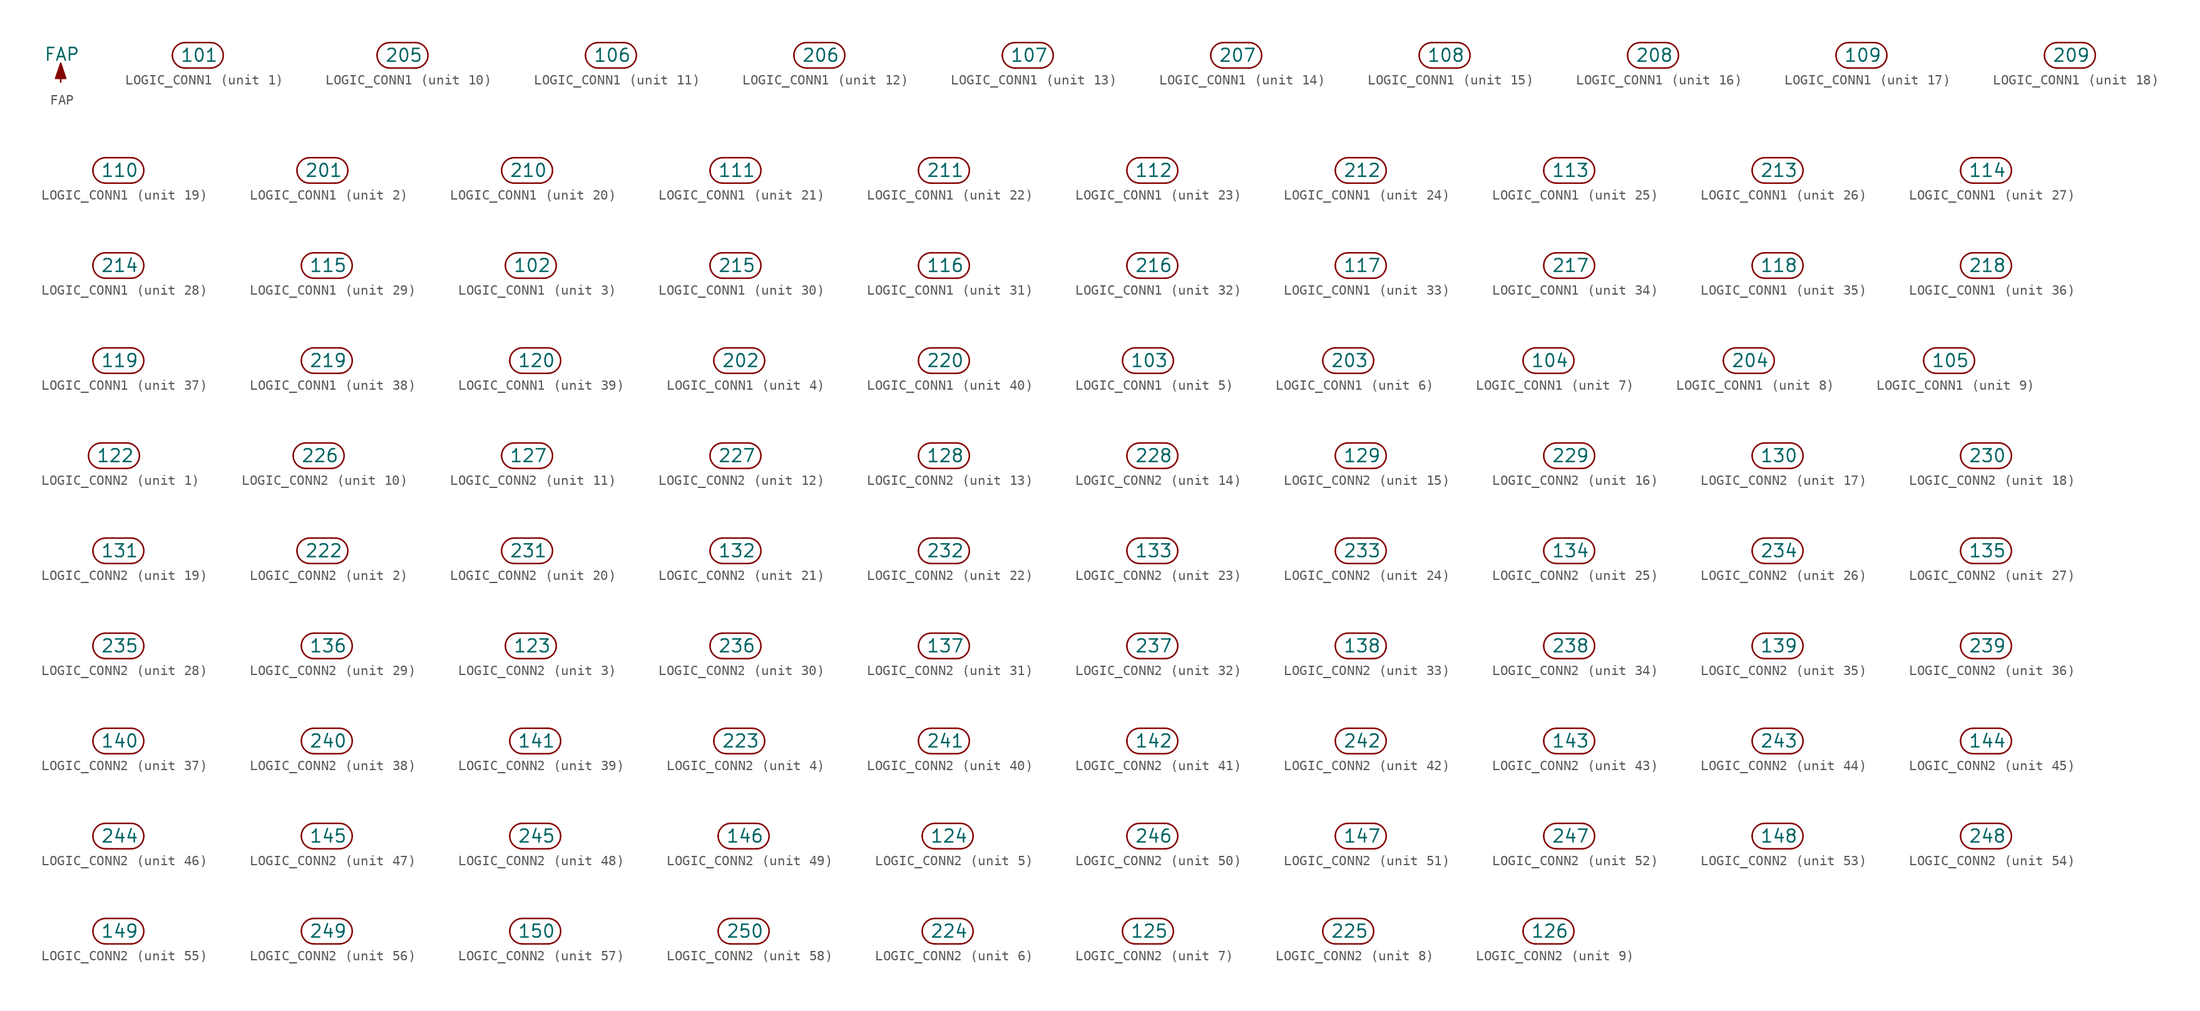
<source format=kicad_sym>
(kicad_symbol_lib
  (version 20211014)
  (generator kicad_symbol_editor)
  (symbol "FAP"
    (power)
    (pin_names
      (offset 0))
    (property "Reference" "#PWR"
      (at 0 -3.81 0)
      (effects (font (size 1.27 1.27)) hide))
    (property "Value" "FAP"
      (at 0.127 2.794 0)
      (effects (font (size 1.27 1.27))))
    (property "Footprint" ""
      (at 0 0 0)
      (effects (font (size 1.524 1.524))))
    (property "Datasheet" ""
      (at 0 0 0)
      (effects (font (size 1.524 1.524))))
    (symbol "FAP_0_1"
      (polyline (pts (xy 0 0) (xy 0 0.381)) (stroke (width 0) (type default) (color 0 0 0 0)) (fill (type none)))
      (polyline (pts (xy -0.508 0.381) (xy 0 1.905) (xy 0.508 0.381) (xy -0.381 0.381)) (stroke (width 0) (type default) (color 0 0 0 0)) (fill (type outline))))
    (symbol "FAP_1_1"
      (pin power_in line (at 0 0 90) (length 0) hide (name "FAP" (effects (font (size 1.27 1.27)))) (number "1" (effects (font (size 1.27 1.27)))))))
  (symbol "LOGIC_CONN1"
    (pin_numbers hide)
    (pin_names
      (offset 0.762))
    (property "Reference" "P"
      (at 0 2.54 0)
      (effects (font (size 1.27 1.27)) hide))
    (property "Footprint" ""
      (at 3.81 0 0)
      (effects (font (size 1.524 1.524))))
    (property "Datasheet" ""
      (at 3.81 0 0)
      (effects (font (size 1.524 1.524))))
    (property "ki_locked" ""
      (at 0 0 0)
      (effects (font (size 1.27 1.27))))
    (symbol "LOGIC_CONN1_0_1"
      (arc (start -1.27 1.27) (mid -2.54 0) (end -1.27 -1.27) (stroke (width 0) (type default) (color 0 0 0 0)) (fill (type none)))
      (polyline (pts (xy -1.27 -1.27) (xy 1.27 -1.27)) (stroke (width 0) (type default) (color 0 0 0 0)) (fill (type none)))
      (polyline (pts (xy 1.27 1.27) (xy -1.27 1.27)) (stroke (width 0) (type default) (color 0 0 0 0)) (fill (type none)))
      (arc (start 1.27 -1.27) (mid 2.54 0) (end 1.27 1.27) (stroke (width 0) (type default) (color 0 0 0 0)) (fill (type none))))
    (symbol "LOGIC_CONN1_1_1"
      (pin passive line (at -2.54 0 0) (length 0) (name "101" (effects (font (size 1.27 1.27)))) (number "1" (effects (font (size 1.27 1.27))))))
    (symbol "LOGIC_CONN1_2_1"
      (pin passive line (at -2.54 0 0) (length 0) (name "201" (effects (font (size 1.27 1.27)))) (number "2" (effects (font (size 1.27 1.27))))))
    (symbol "LOGIC_CONN1_3_1"
      (pin passive line (at -2.54 0 0) (length 0) (name "102" (effects (font (size 1.27 1.27)))) (number "3" (effects (font (size 1.27 1.27))))))
    (symbol "LOGIC_CONN1_4_1"
      (pin passive line (at -2.54 0 0) (length 0) (name "202" (effects (font (size 1.27 1.27)))) (number "4" (effects (font (size 1.27 1.27))))))
    (symbol "LOGIC_CONN1_5_1"
      (pin passive line (at -2.54 0 0) (length 0) (name "103" (effects (font (size 1.27 1.27)))) (number "5" (effects (font (size 1.27 1.27))))))
    (symbol "LOGIC_CONN1_6_1"
      (pin passive line (at -2.54 0 0) (length 0) (name "203" (effects (font (size 1.27 1.27)))) (number "6" (effects (font (size 1.27 1.27))))))
    (symbol "LOGIC_CONN1_7_1"
      (pin passive line (at -2.54 0 0) (length 0) (name "104" (effects (font (size 1.27 1.27)))) (number "7" (effects (font (size 1.27 1.27))))))
    (symbol "LOGIC_CONN1_8_1"
      (pin passive line (at -2.54 0 0) (length 0) (name "204" (effects (font (size 1.27 1.27)))) (number "8" (effects (font (size 1.27 1.27))))))
    (symbol "LOGIC_CONN1_9_1"
      (pin passive line (at -2.54 0 0) (length 0) (name "105" (effects (font (size 1.27 1.27)))) (number "9" (effects (font (size 1.27 1.27))))))
    (symbol "LOGIC_CONN1_10_1"
      (pin passive line (at -2.54 0 0) (length 0) (name "205" (effects (font (size 1.27 1.27)))) (number "10" (effects (font (size 1.27 1.27))))))
    (symbol "LOGIC_CONN1_11_1"
      (pin passive line (at -2.54 0 0) (length 0) (name "106" (effects (font (size 1.27 1.27)))) (number "11" (effects (font (size 1.27 1.27))))))
    (symbol "LOGIC_CONN1_12_1"
      (pin passive line (at -2.54 0 0) (length 0) (name "206" (effects (font (size 1.27 1.27)))) (number "12" (effects (font (size 1.27 1.27))))))
    (symbol "LOGIC_CONN1_13_1"
      (pin passive line (at -2.54 0 0) (length 0) (name "107" (effects (font (size 1.27 1.27)))) (number "13" (effects (font (size 1.27 1.27))))))
    (symbol "LOGIC_CONN1_14_1"
      (pin passive line (at -2.54 0 0) (length 0) (name "207" (effects (font (size 1.27 1.27)))) (number "14" (effects (font (size 1.27 1.27))))))
    (symbol "LOGIC_CONN1_15_1"
      (pin passive line (at -2.54 0 0) (length 0) (name "108" (effects (font (size 1.27 1.27)))) (number "15" (effects (font (size 1.27 1.27))))))
    (symbol "LOGIC_CONN1_16_1"
      (pin passive line (at -2.54 0 0) (length 0) (name "208" (effects (font (size 1.27 1.27)))) (number "16" (effects (font (size 1.27 1.27))))))
    (symbol "LOGIC_CONN1_17_1"
      (pin passive line (at -2.54 0 0) (length 0) (name "109" (effects (font (size 1.27 1.27)))) (number "17" (effects (font (size 1.27 1.27))))))
    (symbol "LOGIC_CONN1_18_1"
      (pin passive line (at -2.54 0 0) (length 0) (name "209" (effects (font (size 1.27 1.27)))) (number "18" (effects (font (size 1.27 1.27))))))
    (symbol "LOGIC_CONN1_19_1"
      (pin passive line (at -2.54 0 0) (length 0) (name "110" (effects (font (size 1.27 1.27)))) (number "19" (effects (font (size 1.27 1.27))))))
    (symbol "LOGIC_CONN1_20_1"
      (pin passive line (at -2.54 0 0) (length 0) (name "210" (effects (font (size 1.27 1.27)))) (number "20" (effects (font (size 1.27 1.27))))))
    (symbol "LOGIC_CONN1_21_1"
      (pin passive line (at -2.54 0 0) (length 0) (name "111" (effects (font (size 1.27 1.27)))) (number "21" (effects (font (size 1.27 1.27))))))
    (symbol "LOGIC_CONN1_22_1"
      (pin passive line (at -2.54 0 0) (length 0) (name "211" (effects (font (size 1.27 1.27)))) (number "22" (effects (font (size 1.27 1.27))))))
    (symbol "LOGIC_CONN1_23_1"
      (pin passive line (at -2.54 0 0) (length 0) (name "112" (effects (font (size 1.27 1.27)))) (number "23" (effects (font (size 1.27 1.27))))))
    (symbol "LOGIC_CONN1_24_1"
      (pin passive line (at -2.54 0 0) (length 0) (name "212" (effects (font (size 1.27 1.27)))) (number "24" (effects (font (size 1.27 1.27))))))
    (symbol "LOGIC_CONN1_25_1"
      (pin passive line (at -2.54 0 0) (length 0) (name "113" (effects (font (size 1.27 1.27)))) (number "25" (effects (font (size 1.27 1.27))))))
    (symbol "LOGIC_CONN1_26_1"
      (pin passive line (at -2.54 0 0) (length 0) (name "213" (effects (font (size 1.27 1.27)))) (number "26" (effects (font (size 1.27 1.27))))))
    (symbol "LOGIC_CONN1_27_1"
      (pin passive line (at -2.54 0 0) (length 0) (name "114" (effects (font (size 1.27 1.27)))) (number "27" (effects (font (size 1.27 1.27))))))
    (symbol "LOGIC_CONN1_28_1"
      (pin passive line (at -2.54 0 0) (length 0) (name "214" (effects (font (size 1.27 1.27)))) (number "28" (effects (font (size 1.27 1.27))))))
    (symbol "LOGIC_CONN1_29_1"
      (pin passive line (at -2.54 0 0) (length 0) (name "115" (effects (font (size 1.27 1.27)))) (number "29" (effects (font (size 1.27 1.27))))))
    (symbol "LOGIC_CONN1_30_1"
      (pin passive line (at -2.54 0 0) (length 0) (name "215" (effects (font (size 1.27 1.27)))) (number "30" (effects (font (size 1.27 1.27))))))
    (symbol "LOGIC_CONN1_31_1"
      (pin passive line (at -2.54 0 0) (length 0) (name "116" (effects (font (size 1.27 1.27)))) (number "31" (effects (font (size 1.27 1.27))))))
    (symbol "LOGIC_CONN1_32_1"
      (pin passive line (at -2.54 0 0) (length 0) (name "216" (effects (font (size 1.27 1.27)))) (number "32" (effects (font (size 1.27 1.27))))))
    (symbol "LOGIC_CONN1_33_1"
      (pin passive line (at -2.54 0 0) (length 0) (name "117" (effects (font (size 1.27 1.27)))) (number "33" (effects (font (size 1.27 1.27))))))
    (symbol "LOGIC_CONN1_34_1"
      (pin passive line (at -2.54 0 0) (length 0) (name "217" (effects (font (size 1.27 1.27)))) (number "34" (effects (font (size 1.27 1.27))))))
    (symbol "LOGIC_CONN1_35_1"
      (pin passive line (at -2.54 0 0) (length 0) (name "118" (effects (font (size 1.27 1.27)))) (number "35" (effects (font (size 1.27 1.27))))))
    (symbol "LOGIC_CONN1_36_1"
      (pin passive line (at -2.54 0 0) (length 0) (name "218" (effects (font (size 1.27 1.27)))) (number "36" (effects (font (size 1.27 1.27))))))
    (symbol "LOGIC_CONN1_37_1"
      (pin passive line (at -2.54 0 0) (length 0) (name "119" (effects (font (size 1.27 1.27)))) (number "37" (effects (font (size 1.27 1.27))))))
    (symbol "LOGIC_CONN1_38_1"
      (pin passive line (at -2.54 0 0) (length 0) (name "219" (effects (font (size 1.27 1.27)))) (number "38" (effects (font (size 1.27 1.27))))))
    (symbol "LOGIC_CONN1_39_1"
      (pin passive line (at -2.54 0 0) (length 0) (name "120" (effects (font (size 1.27 1.27)))) (number "39" (effects (font (size 1.27 1.27))))))
    (symbol "LOGIC_CONN1_40_1"
      (pin passive line (at -2.54 0 0) (length 0) (name "220" (effects (font (size 1.27 1.27)))) (number "40" (effects (font (size 1.27 1.27)))))))
  (symbol "LOGIC_CONN2"
    (pin_numbers hide)
    (pin_names
      (offset 0.762))
    (property "Reference" "P"
      (at 0 2.54 0)
      (effects (font (size 1.27 1.27)) hide))
    (property "Footprint" ""
      (at 3.81 0 0)
      (effects (font (size 1.524 1.524))))
    (property "Datasheet" ""
      (at 3.81 0 0)
      (effects (font (size 1.524 1.524))))
    (property "ki_locked" ""
      (at 0 0 0)
      (effects (font (size 1.27 1.27))))
    (symbol "LOGIC_CONN2_0_1"
      (arc (start -1.27 1.27) (mid -2.54 0) (end -1.27 -1.27) (stroke (width 0) (type default) (color 0 0 0 0)) (fill (type none)))
      (polyline (pts (xy -1.27 -1.27) (xy 1.27 -1.27)) (stroke (width 0) (type default) (color 0 0 0 0)) (fill (type none)))
      (polyline (pts (xy 1.27 1.27) (xy -1.27 1.27)) (stroke (width 0) (type default) (color 0 0 0 0)) (fill (type none)))
      (arc (start 1.27 -1.27) (mid 2.54 0) (end 1.27 1.27) (stroke (width 0) (type default) (color 0 0 0 0)) (fill (type none))))
    (symbol "LOGIC_CONN2_1_1"
      (pin passive line (at -2.54 0 0) (length 0) (name "122" (effects (font (size 1.27 1.27)))) (number "1" (effects (font (size 1.27 1.27))))))
    (symbol "LOGIC_CONN2_2_1"
      (pin passive line (at -2.54 0 0) (length 0) (name "222" (effects (font (size 1.27 1.27)))) (number "2" (effects (font (size 1.27 1.27))))))
    (symbol "LOGIC_CONN2_3_1"
      (pin passive line (at -2.54 0 0) (length 0) (name "123" (effects (font (size 1.27 1.27)))) (number "3" (effects (font (size 1.27 1.27))))))
    (symbol "LOGIC_CONN2_4_1"
      (pin passive line (at -2.54 0 0) (length 0) (name "223" (effects (font (size 1.27 1.27)))) (number "4" (effects (font (size 1.27 1.27))))))
    (symbol "LOGIC_CONN2_5_1"
      (pin passive line (at -2.54 0 0) (length 0) (name "124" (effects (font (size 1.27 1.27)))) (number "5" (effects (font (size 1.27 1.27))))))
    (symbol "LOGIC_CONN2_6_1"
      (pin passive line (at -2.54 0 0) (length 0) (name "224" (effects (font (size 1.27 1.27)))) (number "6" (effects (font (size 1.27 1.27))))))
    (symbol "LOGIC_CONN2_7_1"
      (pin passive line (at -2.54 0 0) (length 0) (name "125" (effects (font (size 1.27 1.27)))) (number "7" (effects (font (size 1.27 1.27))))))
    (symbol "LOGIC_CONN2_8_1"
      (pin passive line (at -2.54 0 0) (length 0) (name "225" (effects (font (size 1.27 1.27)))) (number "8" (effects (font (size 1.27 1.27))))))
    (symbol "LOGIC_CONN2_9_1"
      (pin passive line (at -2.54 0 0) (length 0) (name "126" (effects (font (size 1.27 1.27)))) (number "9" (effects (font (size 1.27 1.27))))))
    (symbol "LOGIC_CONN2_10_1"
      (pin passive line (at -2.54 0 0) (length 0) (name "226" (effects (font (size 1.27 1.27)))) (number "10" (effects (font (size 1.27 1.27))))))
    (symbol "LOGIC_CONN2_11_1"
      (pin passive line (at -2.54 0 0) (length 0) (name "127" (effects (font (size 1.27 1.27)))) (number "11" (effects (font (size 1.27 1.27))))))
    (symbol "LOGIC_CONN2_12_1"
      (pin passive line (at -2.54 0 0) (length 0) (name "227" (effects (font (size 1.27 1.27)))) (number "12" (effects (font (size 1.27 1.27))))))
    (symbol "LOGIC_CONN2_13_1"
      (pin passive line (at -2.54 0 0) (length 0) (name "128" (effects (font (size 1.27 1.27)))) (number "13" (effects (font (size 1.27 1.27))))))
    (symbol "LOGIC_CONN2_14_1"
      (pin passive line (at -2.54 0 0) (length 0) (name "228" (effects (font (size 1.27 1.27)))) (number "14" (effects (font (size 1.27 1.27))))))
    (symbol "LOGIC_CONN2_15_1"
      (pin passive line (at -2.54 0 0) (length 0) (name "129" (effects (font (size 1.27 1.27)))) (number "15" (effects (font (size 1.27 1.27))))))
    (symbol "LOGIC_CONN2_16_1"
      (pin passive line (at -2.54 0 0) (length 0) (name "229" (effects (font (size 1.27 1.27)))) (number "16" (effects (font (size 1.27 1.27))))))
    (symbol "LOGIC_CONN2_17_1"
      (pin passive line (at -2.54 0 0) (length 0) (name "130" (effects (font (size 1.27 1.27)))) (number "17" (effects (font (size 1.27 1.27))))))
    (symbol "LOGIC_CONN2_18_1"
      (pin passive line (at -2.54 0 0) (length 0) (name "230" (effects (font (size 1.27 1.27)))) (number "18" (effects (font (size 1.27 1.27))))))
    (symbol "LOGIC_CONN2_19_1"
      (pin passive line (at -2.54 0 0) (length 0) (name "131" (effects (font (size 1.27 1.27)))) (number "19" (effects (font (size 1.27 1.27))))))
    (symbol "LOGIC_CONN2_20_1"
      (pin passive line (at -2.54 0 0) (length 0) (name "231" (effects (font (size 1.27 1.27)))) (number "20" (effects (font (size 1.27 1.27))))))
    (symbol "LOGIC_CONN2_21_1"
      (pin passive line (at -2.54 0 0) (length 0) (name "132" (effects (font (size 1.27 1.27)))) (number "21" (effects (font (size 1.27 1.27))))))
    (symbol "LOGIC_CONN2_22_1"
      (pin passive line (at -2.54 0 0) (length 0) (name "232" (effects (font (size 1.27 1.27)))) (number "22" (effects (font (size 1.27 1.27))))))
    (symbol "LOGIC_CONN2_23_1"
      (pin passive line (at -2.54 0 0) (length 0) (name "133" (effects (font (size 1.27 1.27)))) (number "23" (effects (font (size 1.27 1.27))))))
    (symbol "LOGIC_CONN2_24_1"
      (pin passive line (at -2.54 0 0) (length 0) (name "233" (effects (font (size 1.27 1.27)))) (number "24" (effects (font (size 1.27 1.27))))))
    (symbol "LOGIC_CONN2_25_1"
      (pin passive line (at -2.54 0 0) (length 0) (name "134" (effects (font (size 1.27 1.27)))) (number "25" (effects (font (size 1.27 1.27))))))
    (symbol "LOGIC_CONN2_26_1"
      (pin passive line (at -2.54 0 0) (length 0) (name "234" (effects (font (size 1.27 1.27)))) (number "26" (effects (font (size 1.27 1.27))))))
    (symbol "LOGIC_CONN2_27_1"
      (pin passive line (at -2.54 0 0) (length 0) (name "135" (effects (font (size 1.27 1.27)))) (number "27" (effects (font (size 1.27 1.27))))))
    (symbol "LOGIC_CONN2_28_1"
      (pin passive line (at -2.54 0 0) (length 0) (name "235" (effects (font (size 1.27 1.27)))) (number "28" (effects (font (size 1.27 1.27))))))
    (symbol "LOGIC_CONN2_29_1"
      (pin passive line (at -2.54 0 0) (length 0) (name "136" (effects (font (size 1.27 1.27)))) (number "29" (effects (font (size 1.27 1.27))))))
    (symbol "LOGIC_CONN2_30_1"
      (pin passive line (at -2.54 0 0) (length 0) (name "236" (effects (font (size 1.27 1.27)))) (number "30" (effects (font (size 1.27 1.27))))))
    (symbol "LOGIC_CONN2_31_1"
      (pin passive line (at -2.54 0 0) (length 0) (name "137" (effects (font (size 1.27 1.27)))) (number "31" (effects (font (size 1.27 1.27))))))
    (symbol "LOGIC_CONN2_32_1"
      (pin passive line (at -2.54 0 0) (length 0) (name "237" (effects (font (size 1.27 1.27)))) (number "32" (effects (font (size 1.27 1.27))))))
    (symbol "LOGIC_CONN2_33_1"
      (pin passive line (at -2.54 0 0) (length 0) (name "138" (effects (font (size 1.27 1.27)))) (number "33" (effects (font (size 1.27 1.27))))))
    (symbol "LOGIC_CONN2_34_1"
      (pin passive line (at -2.54 0 0) (length 0) (name "238" (effects (font (size 1.27 1.27)))) (number "34" (effects (font (size 1.27 1.27))))))
    (symbol "LOGIC_CONN2_35_1"
      (pin passive line (at -2.54 0 0) (length 0) (name "139" (effects (font (size 1.27 1.27)))) (number "35" (effects (font (size 1.27 1.27))))))
    (symbol "LOGIC_CONN2_36_1"
      (pin passive line (at -2.54 0 0) (length 0) (name "239" (effects (font (size 1.27 1.27)))) (number "36" (effects (font (size 1.27 1.27))))))
    (symbol "LOGIC_CONN2_37_1"
      (pin passive line (at -2.54 0 0) (length 0) (name "140" (effects (font (size 1.27 1.27)))) (number "37" (effects (font (size 1.27 1.27))))))
    (symbol "LOGIC_CONN2_38_1"
      (pin passive line (at -2.54 0 0) (length 0) (name "240" (effects (font (size 1.27 1.27)))) (number "38" (effects (font (size 1.27 1.27))))))
    (symbol "LOGIC_CONN2_39_1"
      (pin passive line (at -2.54 0 0) (length 0) (name "141" (effects (font (size 1.27 1.27)))) (number "39" (effects (font (size 1.27 1.27))))))
    (symbol "LOGIC_CONN2_40_1"
      (pin passive line (at -2.54 0 0) (length 0) (name "241" (effects (font (size 1.27 1.27)))) (number "40" (effects (font (size 1.27 1.27))))))
    (symbol "LOGIC_CONN2_41_1"
      (pin passive line (at -2.54 0 0) (length 0) (name "142" (effects (font (size 1.27 1.27)))) (number "41" (effects (font (size 1.27 1.27))))))
    (symbol "LOGIC_CONN2_42_1"
      (pin passive line (at -2.54 0 0) (length 0) (name "242" (effects (font (size 1.27 1.27)))) (number "42" (effects (font (size 1.27 1.27))))))
    (symbol "LOGIC_CONN2_43_1"
      (pin passive line (at -2.54 0 0) (length 0) (name "143" (effects (font (size 1.27 1.27)))) (number "43" (effects (font (size 1.27 1.27))))))
    (symbol "LOGIC_CONN2_44_1"
      (pin passive line (at -2.54 0 0) (length 0) (name "243" (effects (font (size 1.27 1.27)))) (number "44" (effects (font (size 1.27 1.27))))))
    (symbol "LOGIC_CONN2_45_1"
      (pin passive line (at -2.54 0 0) (length 0) (name "144" (effects (font (size 1.27 1.27)))) (number "45" (effects (font (size 1.27 1.27))))))
    (symbol "LOGIC_CONN2_46_1"
      (pin passive line (at -2.54 0 0) (length 0) (name "244" (effects (font (size 1.27 1.27)))) (number "46" (effects (font (size 1.27 1.27))))))
    (symbol "LOGIC_CONN2_47_1"
      (pin passive line (at -2.54 0 0) (length 0) (name "145" (effects (font (size 1.27 1.27)))) (number "47" (effects (font (size 1.27 1.27))))))
    (symbol "LOGIC_CONN2_48_1"
      (pin passive line (at -2.54 0 0) (length 0) (name "245" (effects (font (size 1.27 1.27)))) (number "48" (effects (font (size 1.27 1.27))))))
    (symbol "LOGIC_CONN2_49_1"
      (pin passive line (at -2.54 0 0) (length 0) (name "146" (effects (font (size 1.27 1.27)))) (number "49" (effects (font (size 1.27 1.27))))))
    (symbol "LOGIC_CONN2_50_1"
      (pin passive line (at -2.54 0 0) (length 0) (name "246" (effects (font (size 1.27 1.27)))) (number "50" (effects (font (size 1.27 1.27))))))
    (symbol "LOGIC_CONN2_51_1"
      (pin passive line (at -2.54 0 0) (length 0) (name "147" (effects (font (size 1.27 1.27)))) (number "51" (effects (font (size 1.27 1.27))))))
    (symbol "LOGIC_CONN2_52_1"
      (pin passive line (at -2.54 0 0) (length 0) (name "247" (effects (font (size 1.27 1.27)))) (number "52" (effects (font (size 1.27 1.27))))))
    (symbol "LOGIC_CONN2_53_1"
      (pin passive line (at -2.54 0 0) (length 0) (name "148" (effects (font (size 1.27 1.27)))) (number "53" (effects (font (size 1.27 1.27))))))
    (symbol "LOGIC_CONN2_54_1"
      (pin passive line (at -2.54 0 0) (length 0) (name "248" (effects (font (size 1.27 1.27)))) (number "54" (effects (font (size 1.27 1.27))))))
    (symbol "LOGIC_CONN2_55_1"
      (pin passive line (at -2.54 0 0) (length 0) (name "149" (effects (font (size 1.27 1.27)))) (number "55" (effects (font (size 1.27 1.27))))))
    (symbol "LOGIC_CONN2_56_1"
      (pin passive line (at -2.54 0 0) (length 0) (name "249" (effects (font (size 1.27 1.27)))) (number "56" (effects (font (size 1.27 1.27))))))
    (symbol "LOGIC_CONN2_57_1"
      (pin passive line (at -2.54 0 0) (length 0) (name "150" (effects (font (size 1.27 1.27)))) (number "57" (effects (font (size 1.27 1.27))))))
    (symbol "LOGIC_CONN2_58_1"
      (pin passive line (at -2.54 0 0) (length 0) (name "250" (effects (font (size 1.27 1.27)))) (number "58" (effects (font (size 1.27 1.27))))))))
</source>
